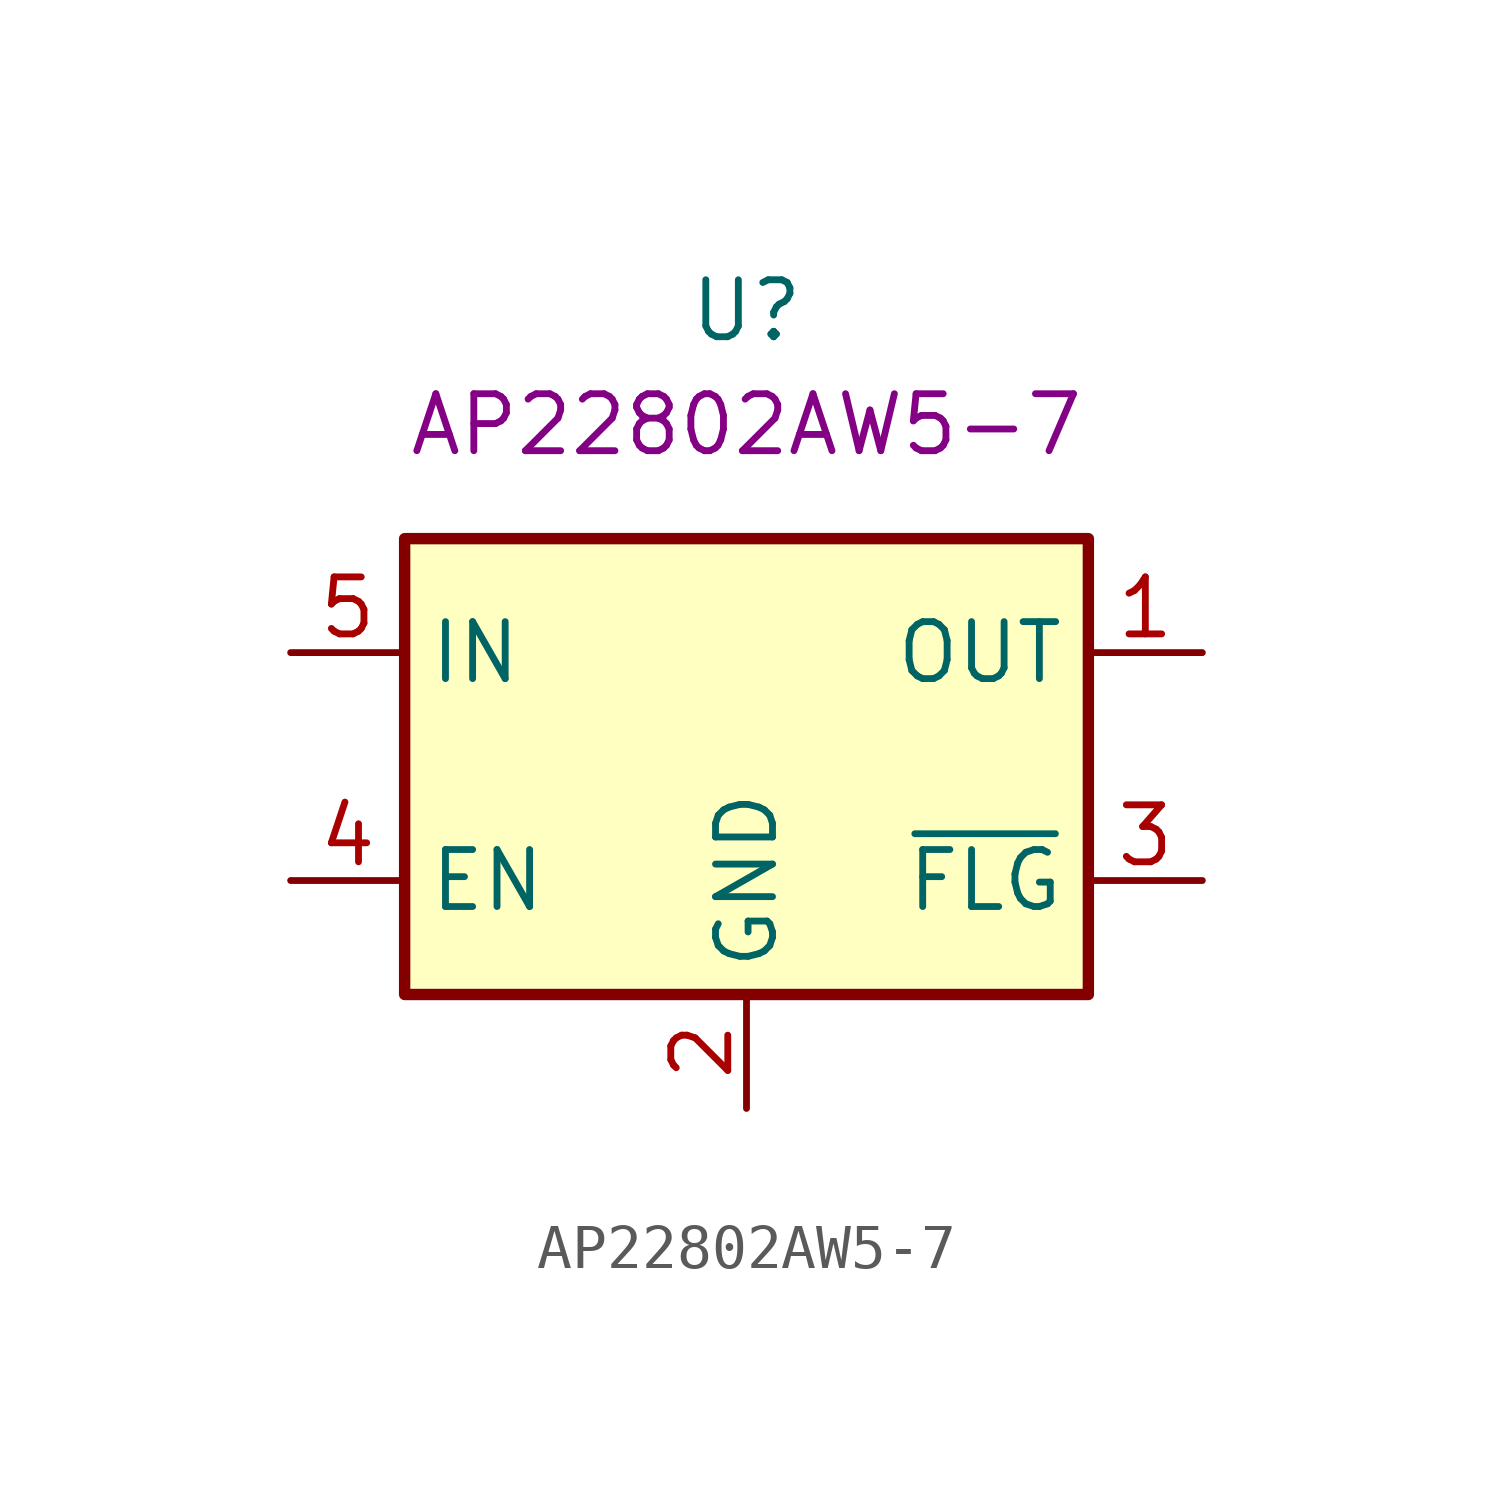
<source format=kicad_sym>
(kicad_symbol_lib
  (version 20220914)
  (generator kicad_symbol_editor)
  (symbol "AP22802AW5-7"
    (property "Reference" "U"
      (at 0 10.16 0)
      (effects (font (size 1.27 1.27))))
    (property "UserValue" "AP22802AW5-7"
      (at 0 7.62 0)
      (effects (font (size 1.27 1.27))))
    (symbol "AP22802AW5-7_0_1"
      (rectangle (start -7.62 5.08) (end 7.62 -5.08) (stroke (width 0.254) (type default)) (fill (type background))))
    (symbol "AP22802AW5-7_1_1"
      (pin unspecified line (at 10.16 2.54 180) (length 2.54) (name "OUT" (effects (font (size 1.27 1.27)))) (number "1" (effects (font (size 1.27 1.27)))))
      (pin power_in line (at 0 -7.62 90) (length 2.54) (name "GND" (effects (font (size 1.27 1.27)))) (number "2" (effects (font (size 1.27 1.27)))))
      (pin open_collector line (at 10.16 -2.54 180) (length 2.54) (name "~{FLG}" (effects (font (size 1.27 1.27)))) (number "3" (effects (font (size 1.27 1.27)))))
      (pin input line (at -10.16 -2.54 0) (length 2.54) (name "EN" (effects (font (size 1.27 1.27)))) (number "4" (effects (font (size 1.27 1.27)))))
      (pin unspecified line (at -10.16 2.54 0) (length 2.54) (name "IN" (effects (font (size 1.27 1.27)))) (number "5" (effects (font (size 1.27 1.27))))))))
</source>
